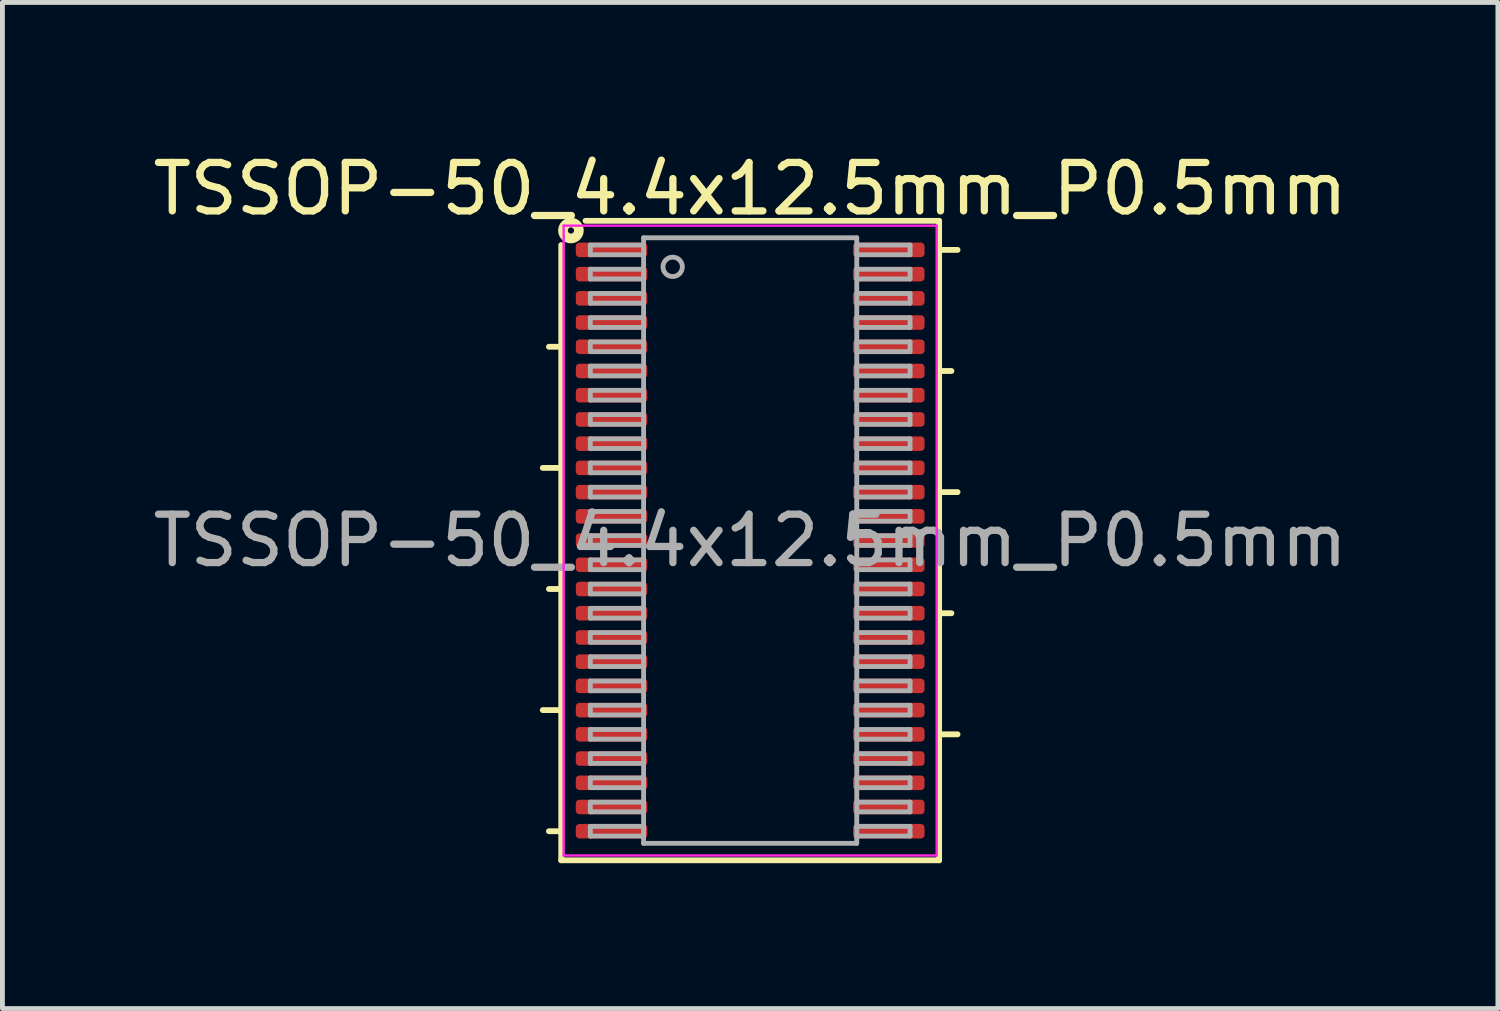
<source format=kicad_pcb>
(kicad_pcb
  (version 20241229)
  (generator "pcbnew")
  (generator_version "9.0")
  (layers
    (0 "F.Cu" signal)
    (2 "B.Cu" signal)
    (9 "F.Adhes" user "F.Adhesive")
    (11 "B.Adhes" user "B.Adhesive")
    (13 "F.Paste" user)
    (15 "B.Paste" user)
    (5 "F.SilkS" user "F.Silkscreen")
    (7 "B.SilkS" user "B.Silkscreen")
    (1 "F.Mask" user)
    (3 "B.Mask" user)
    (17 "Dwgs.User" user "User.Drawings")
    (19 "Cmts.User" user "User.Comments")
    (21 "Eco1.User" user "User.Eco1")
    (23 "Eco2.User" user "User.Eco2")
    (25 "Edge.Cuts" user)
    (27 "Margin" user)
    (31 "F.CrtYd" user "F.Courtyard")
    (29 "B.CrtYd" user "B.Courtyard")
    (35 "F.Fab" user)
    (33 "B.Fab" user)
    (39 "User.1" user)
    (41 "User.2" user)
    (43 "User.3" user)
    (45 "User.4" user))
  (footprint "TSSOP-50_4.4x12.5mm_P0.5mm"
    (layer "F.Cu")
    (at 12.435 8.108)
    (property "Reference" "TSSOP-50_4.4x12.5mm_P0.5mm" (at 0 -7.26 0) (layer "F.SilkS") (effects (font (size 1 1) (thickness 0.15))))
    (attr smd)
    (fp_line (start -3.9 -6.1) (end -3.9 6.6) (stroke (width 0.12) (type solid)) (layer "F.SilkS"))
    (fp_line (start -3.9 -4) (end -4.154 -4) (stroke (width 0.12) (type solid)) (layer "F.SilkS"))
    (fp_line (start -3.9 -1.5) (end -4.281 -1.5) (stroke (width 0.12) (type solid)) (layer "F.SilkS"))
    (fp_line (start -3.9 1) (end -4.154 1) (stroke (width 0.12) (type solid)) (layer "F.SilkS"))
    (fp_line (start -3.9 3.5) (end -4.281 3.5) (stroke (width 0.12) (type solid)) (layer "F.SilkS"))
    (fp_line (start -3.9 6) (end -4.154 6) (stroke (width 0.12) (type solid)) (layer "F.SilkS"))
    (fp_line (start -3.9 6.6) (end 3.9 6.6) (stroke (width 0.12) (type solid)) (layer "F.SilkS"))
    (fp_line (start 3.9 -6.6) (end -3.4 -6.6) (stroke (width 0.12) (type solid)) (layer "F.SilkS"))
    (fp_line (start 3.9 -6) (end 4.281 -6) (stroke (width 0.12) (type solid)) (layer "F.SilkS"))
    (fp_line (start 3.9 -3.5) (end 4.154 -3.5) (stroke (width 0.12) (type solid)) (layer "F.SilkS"))
    (fp_line (start 3.9 -1) (end 4.281 -1) (stroke (width 0.12) (type solid)) (layer "F.SilkS"))
    (fp_line (start 3.9 1.5) (end 4.154 1.5) (stroke (width 0.12) (type solid)) (layer "F.SilkS"))
    (fp_line (start 3.9 4) (end 4.281 4) (stroke (width 0.12) (type solid)) (layer "F.SilkS"))
    (fp_line (start 3.9 6.6) (end 3.9 -6.6) (stroke (width 0.12) (type solid)) (layer "F.SilkS"))
    (fp_circle (center -3.7 -6.4) (end -3.636 -6.4) (stroke (width 0.2) (type solid)) (fill no) (layer "F.SilkS"))
    (fp_line (start -3.85 -6.5) (end -3.85 6.5) (stroke (width 0.05) (type solid)) (layer "F.CrtYd"))
    (fp_line (start -3.85 6.5) (end 3.85 6.5) (stroke (width 0.05) (type solid)) (layer "F.CrtYd"))
    (fp_line (start 3.85 -6.5) (end -3.85 -6.5) (stroke (width 0.05) (type solid)) (layer "F.CrtYd"))
    (fp_line (start 3.85 6.5) (end 3.85 -6.5) (stroke (width 0.05) (type solid)) (layer "F.CrtYd"))
    (fp_line (start -3.3 -6.1) (end -3.3 -5.9) (stroke (width 0.1) (type solid)) (layer "F.Fab"))
    (fp_line (start -3.3 -6.1) (end -2.2 -6.1) (stroke (width 0.1) (type solid)) (layer "F.Fab"))
    (fp_line (start -3.3 -5.9) (end -2.2 -5.9) (stroke (width 0.1) (type solid)) (layer "F.Fab"))
    (fp_line (start -3.3 -5.6) (end -3.3 -5.4) (stroke (width 0.1) (type solid)) (layer "F.Fab"))
    (fp_line (start -3.3 -5.6) (end -2.2 -5.6) (stroke (width 0.1) (type solid)) (layer "F.Fab"))
    (fp_line (start -3.3 -5.4) (end -2.2 -5.4) (stroke (width 0.1) (type solid)) (layer "F.Fab"))
    (fp_line (start -3.3 -5.1) (end -3.3 -4.9) (stroke (width 0.1) (type solid)) (layer "F.Fab"))
    (fp_line (start -3.3 -5.1) (end -2.2 -5.1) (stroke (width 0.1) (type solid)) (layer "F.Fab"))
    (fp_line (start -3.3 -4.9) (end -2.2 -4.9) (stroke (width 0.1) (type solid)) (layer "F.Fab"))
    (fp_line (start -3.3 -4.6) (end -3.3 -4.4) (stroke (width 0.1) (type solid)) (layer "F.Fab"))
    (fp_line (start -3.3 -4.6) (end -2.2 -4.6) (stroke (width 0.1) (type solid)) (layer "F.Fab"))
    (fp_line (start -3.3 -4.4) (end -2.2 -4.4) (stroke (width 0.1) (type solid)) (layer "F.Fab"))
    (fp_line (start -3.3 -4.1) (end -3.3 -3.9) (stroke (width 0.1) (type solid)) (layer "F.Fab"))
    (fp_line (start -3.3 -4.1) (end -2.2 -4.1) (stroke (width 0.1) (type solid)) (layer "F.Fab"))
    (fp_line (start -3.3 -3.9) (end -2.2 -3.9) (stroke (width 0.1) (type solid)) (layer "F.Fab"))
    (fp_line (start -3.3 -3.6) (end -3.3 -3.4) (stroke (width 0.1) (type solid)) (layer "F.Fab"))
    (fp_line (start -3.3 -3.6) (end -2.2 -3.6) (stroke (width 0.1) (type solid)) (layer "F.Fab"))
    (fp_line (start -3.3 -3.4) (end -2.2 -3.4) (stroke (width 0.1) (type solid)) (layer "F.Fab"))
    (fp_line (start -3.3 -3.1) (end -3.3 -2.9) (stroke (width 0.1) (type solid)) (layer "F.Fab"))
    (fp_line (start -3.3 -3.1) (end -2.2 -3.1) (stroke (width 0.1) (type solid)) (layer "F.Fab"))
    (fp_line (start -3.3 -2.9) (end -2.2 -2.9) (stroke (width 0.1) (type solid)) (layer "F.Fab"))
    (fp_line (start -3.3 -2.6) (end -3.3 -2.4) (stroke (width 0.1) (type solid)) (layer "F.Fab"))
    (fp_line (start -3.3 -2.6) (end -2.2 -2.6) (stroke (width 0.1) (type solid)) (layer "F.Fab"))
    (fp_line (start -3.3 -2.4) (end -2.2 -2.4) (stroke (width 0.1) (type solid)) (layer "F.Fab"))
    (fp_line (start -3.3 -2.1) (end -3.3 -1.9) (stroke (width 0.1) (type solid)) (layer "F.Fab"))
    (fp_line (start -3.3 -2.1) (end -2.2 -2.1) (stroke (width 0.1) (type solid)) (layer "F.Fab"))
    (fp_line (start -3.3 -1.9) (end -2.2 -1.9) (stroke (width 0.1) (type solid)) (layer "F.Fab"))
    (fp_line (start -3.3 -1.6) (end -3.3 -1.4) (stroke (width 0.1) (type solid)) (layer "F.Fab"))
    (fp_line (start -3.3 -1.6) (end -2.2 -1.6) (stroke (width 0.1) (type solid)) (layer "F.Fab"))
    (fp_line (start -3.3 -1.4) (end -2.2 -1.4) (stroke (width 0.1) (type solid)) (layer "F.Fab"))
    (fp_line (start -3.3 -1.1) (end -3.3 -0.9) (stroke (width 0.1) (type solid)) (layer "F.Fab"))
    (fp_line (start -3.3 -1.1) (end -2.2 -1.1) (stroke (width 0.1) (type solid)) (layer "F.Fab"))
    (fp_line (start -3.3 -0.9) (end -2.2 -0.9) (stroke (width 0.1) (type solid)) (layer "F.Fab"))
    (fp_line (start -3.3 -0.6) (end -3.3 -0.4) (stroke (width 0.1) (type solid)) (layer "F.Fab"))
    (fp_line (start -3.3 -0.6) (end -2.2 -0.6) (stroke (width 0.1) (type solid)) (layer "F.Fab"))
    (fp_line (start -3.3 -0.4) (end -2.2 -0.4) (stroke (width 0.1) (type solid)) (layer "F.Fab"))
    (fp_line (start -3.3 -0.1) (end -3.3 0.1) (stroke (width 0.1) (type solid)) (layer "F.Fab"))
    (fp_line (start -3.3 -0.1) (end -2.2 -0.1) (stroke (width 0.1) (type solid)) (layer "F.Fab"))
    (fp_line (start -3.3 0.1) (end -2.2 0.1) (stroke (width 0.1) (type solid)) (layer "F.Fab"))
    (fp_line (start -3.3 0.4) (end -3.3 0.6) (stroke (width 0.1) (type solid)) (layer "F.Fab"))
    (fp_line (start -3.3 0.4) (end -2.2 0.4) (stroke (width 0.1) (type solid)) (layer "F.Fab"))
    (fp_line (start -3.3 0.6) (end -2.2 0.6) (stroke (width 0.1) (type solid)) (layer "F.Fab"))
    (fp_line (start -3.3 0.9) (end -3.3 1.1) (stroke (width 0.1) (type solid)) (layer "F.Fab"))
    (fp_line (start -3.3 0.9) (end -2.2 0.9) (stroke (width 0.1) (type solid)) (layer "F.Fab"))
    (fp_line (start -3.3 1.1) (end -2.2 1.1) (stroke (width 0.1) (type solid)) (layer "F.Fab"))
    (fp_line (start -3.3 1.4) (end -3.3 1.6) (stroke (width 0.1) (type solid)) (layer "F.Fab"))
    (fp_line (start -3.3 1.4) (end -2.2 1.4) (stroke (width 0.1) (type solid)) (layer "F.Fab"))
    (fp_line (start -3.3 1.6) (end -2.2 1.6) (stroke (width 0.1) (type solid)) (layer "F.Fab"))
    (fp_line (start -3.3 1.9) (end -3.3 2.1) (stroke (width 0.1) (type solid)) (layer "F.Fab"))
    (fp_line (start -3.3 1.9) (end -2.2 1.9) (stroke (width 0.1) (type solid)) (layer "F.Fab"))
    (fp_line (start -3.3 2.1) (end -2.2 2.1) (stroke (width 0.1) (type solid)) (layer "F.Fab"))
    (fp_line (start -3.3 2.4) (end -3.3 2.6) (stroke (width 0.1) (type solid)) (layer "F.Fab"))
    (fp_line (start -3.3 2.4) (end -2.2 2.4) (stroke (width 0.1) (type solid)) (layer "F.Fab"))
    (fp_line (start -3.3 2.6) (end -2.2 2.6) (stroke (width 0.1) (type solid)) (layer "F.Fab"))
    (fp_line (start -3.3 2.9) (end -3.3 3.1) (stroke (width 0.1) (type solid)) (layer "F.Fab"))
    (fp_line (start -3.3 2.9) (end -2.2 2.9) (stroke (width 0.1) (type solid)) (layer "F.Fab"))
    (fp_line (start -3.3 3.1) (end -2.2 3.1) (stroke (width 0.1) (type solid)) (layer "F.Fab"))
    (fp_line (start -3.3 3.4) (end -3.3 3.6) (stroke (width 0.1) (type solid)) (layer "F.Fab"))
    (fp_line (start -3.3 3.4) (end -2.2 3.4) (stroke (width 0.1) (type solid)) (layer "F.Fab"))
    (fp_line (start -3.3 3.6) (end -2.2 3.6) (stroke (width 0.1) (type solid)) (layer "F.Fab"))
    (fp_line (start -3.3 3.9) (end -3.3 4.1) (stroke (width 0.1) (type solid)) (layer "F.Fab"))
    (fp_line (start -3.3 3.9) (end -2.2 3.9) (stroke (width 0.1) (type solid)) (layer "F.Fab"))
    (fp_line (start -3.3 4.1) (end -2.2 4.1) (stroke (width 0.1) (type solid)) (layer "F.Fab"))
    (fp_line (start -3.3 4.4) (end -3.3 4.6) (stroke (width 0.1) (type solid)) (layer "F.Fab"))
    (fp_line (start -3.3 4.4) (end -2.2 4.4) (stroke (width 0.1) (type solid)) (layer "F.Fab"))
    (fp_line (start -3.3 4.6) (end -2.2 4.6) (stroke (width 0.1) (type solid)) (layer "F.Fab"))
    (fp_line (start -3.3 4.9) (end -3.3 5.1) (stroke (width 0.1) (type solid)) (layer "F.Fab"))
    (fp_line (start -3.3 4.9) (end -2.2 4.9) (stroke (width 0.1) (type solid)) (layer "F.Fab"))
    (fp_line (start -3.3 5.1) (end -2.2 5.1) (stroke (width 0.1) (type solid)) (layer "F.Fab"))
    (fp_line (start -3.3 5.4) (end -3.3 5.6) (stroke (width 0.1) (type solid)) (layer "F.Fab"))
    (fp_line (start -3.3 5.4) (end -2.2 5.4) (stroke (width 0.1) (type solid)) (layer "F.Fab"))
    (fp_line (start -3.3 5.6) (end -2.2 5.6) (stroke (width 0.1) (type solid)) (layer "F.Fab"))
    (fp_line (start -3.3 5.9) (end -3.3 6.1) (stroke (width 0.1) (type solid)) (layer "F.Fab"))
    (fp_line (start -3.3 5.9) (end -2.2 5.9) (stroke (width 0.1) (type solid)) (layer "F.Fab"))
    (fp_line (start -3.3 6.1) (end -2.2 6.1) (stroke (width 0.1) (type solid)) (layer "F.Fab"))
    (fp_line (start -2.2 -6.25) (end 2.2 -6.25) (stroke (width 0.1) (type solid)) (layer "F.Fab"))
    (fp_line (start -2.2 6.25) (end -2.2 -6.25) (stroke (width 0.1) (type solid)) (layer "F.Fab"))
    (fp_line (start 2.2 -6.25) (end 2.2 6.25) (stroke (width 0.1) (type solid)) (layer "F.Fab"))
    (fp_line (start 2.2 6.25) (end -2.2 6.25) (stroke (width 0.1) (type solid)) (layer "F.Fab"))
    (fp_line (start 3.3 -6.1) (end 2.2 -6.1) (stroke (width 0.1) (type solid)) (layer "F.Fab"))
    (fp_line (start 3.3 -5.9) (end 2.2 -5.9) (stroke (width 0.1) (type solid)) (layer "F.Fab"))
    (fp_line (start 3.3 -5.9) (end 3.3 -6.1) (stroke (width 0.1) (type solid)) (layer "F.Fab"))
    (fp_line (start 3.3 -5.6) (end 2.2 -5.6) (stroke (width 0.1) (type solid)) (layer "F.Fab"))
    (fp_line (start 3.3 -5.4) (end 2.2 -5.4) (stroke (width 0.1) (type solid)) (layer "F.Fab"))
    (fp_line (start 3.3 -5.4) (end 3.3 -5.6) (stroke (width 0.1) (type solid)) (layer "F.Fab"))
    (fp_line (start 3.3 -5.1) (end 2.2 -5.1) (stroke (width 0.1) (type solid)) (layer "F.Fab"))
    (fp_line (start 3.3 -4.9) (end 2.2 -4.9) (stroke (width 0.1) (type solid)) (layer "F.Fab"))
    (fp_line (start 3.3 -4.9) (end 3.3 -5.1) (stroke (width 0.1) (type solid)) (layer "F.Fab"))
    (fp_line (start 3.3 -4.6) (end 2.2 -4.6) (stroke (width 0.1) (type solid)) (layer "F.Fab"))
    (fp_line (start 3.3 -4.4) (end 2.2 -4.4) (stroke (width 0.1) (type solid)) (layer "F.Fab"))
    (fp_line (start 3.3 -4.4) (end 3.3 -4.6) (stroke (width 0.1) (type solid)) (layer "F.Fab"))
    (fp_line (start 3.3 -4.1) (end 2.2 -4.1) (stroke (width 0.1) (type solid)) (layer "F.Fab"))
    (fp_line (start 3.3 -3.9) (end 2.2 -3.9) (stroke (width 0.1) (type solid)) (layer "F.Fab"))
    (fp_line (start 3.3 -3.9) (end 3.3 -4.1) (stroke (width 0.1) (type solid)) (layer "F.Fab"))
    (fp_line (start 3.3 -3.6) (end 2.2 -3.6) (stroke (width 0.1) (type solid)) (layer "F.Fab"))
    (fp_line (start 3.3 -3.4) (end 2.2 -3.4) (stroke (width 0.1) (type solid)) (layer "F.Fab"))
    (fp_line (start 3.3 -3.4) (end 3.3 -3.6) (stroke (width 0.1) (type solid)) (layer "F.Fab"))
    (fp_line (start 3.3 -3.1) (end 2.2 -3.1) (stroke (width 0.1) (type solid)) (layer "F.Fab"))
    (fp_line (start 3.3 -2.9) (end 2.2 -2.9) (stroke (width 0.1) (type solid)) (layer "F.Fab"))
    (fp_line (start 3.3 -2.9) (end 3.3 -3.1) (stroke (width 0.1) (type solid)) (layer "F.Fab"))
    (fp_line (start 3.3 -2.6) (end 2.2 -2.6) (stroke (width 0.1) (type solid)) (layer "F.Fab"))
    (fp_line (start 3.3 -2.4) (end 2.2 -2.4) (stroke (width 0.1) (type solid)) (layer "F.Fab"))
    (fp_line (start 3.3 -2.4) (end 3.3 -2.6) (stroke (width 0.1) (type solid)) (layer "F.Fab"))
    (fp_line (start 3.3 -2.1) (end 2.2 -2.1) (stroke (width 0.1) (type solid)) (layer "F.Fab"))
    (fp_line (start 3.3 -1.9) (end 2.2 -1.9) (stroke (width 0.1) (type solid)) (layer "F.Fab"))
    (fp_line (start 3.3 -1.9) (end 3.3 -2.1) (stroke (width 0.1) (type solid)) (layer "F.Fab"))
    (fp_line (start 3.3 -1.6) (end 2.2 -1.6) (stroke (width 0.1) (type solid)) (layer "F.Fab"))
    (fp_line (start 3.3 -1.4) (end 2.2 -1.4) (stroke (width 0.1) (type solid)) (layer "F.Fab"))
    (fp_line (start 3.3 -1.4) (end 3.3 -1.6) (stroke (width 0.1) (type solid)) (layer "F.Fab"))
    (fp_line (start 3.3 -1.1) (end 2.2 -1.1) (stroke (width 0.1) (type solid)) (layer "F.Fab"))
    (fp_line (start 3.3 -0.9) (end 2.2 -0.9) (stroke (width 0.1) (type solid)) (layer "F.Fab"))
    (fp_line (start 3.3 -0.9) (end 3.3 -1.1) (stroke (width 0.1) (type solid)) (layer "F.Fab"))
    (fp_line (start 3.3 -0.6) (end 2.2 -0.6) (stroke (width 0.1) (type solid)) (layer "F.Fab"))
    (fp_line (start 3.3 -0.4) (end 2.2 -0.4) (stroke (width 0.1) (type solid)) (layer "F.Fab"))
    (fp_line (start 3.3 -0.4) (end 3.3 -0.6) (stroke (width 0.1) (type solid)) (layer "F.Fab"))
    (fp_line (start 3.3 -0.1) (end 2.2 -0.1) (stroke (width 0.1) (type solid)) (layer "F.Fab"))
    (fp_line (start 3.3 0.1) (end 2.2 0.1) (stroke (width 0.1) (type solid)) (layer "F.Fab"))
    (fp_line (start 3.3 0.1) (end 3.3 -0.1) (stroke (width 0.1) (type solid)) (layer "F.Fab"))
    (fp_line (start 3.3 0.4) (end 2.2 0.4) (stroke (width 0.1) (type solid)) (layer "F.Fab"))
    (fp_line (start 3.3 0.6) (end 2.2 0.6) (stroke (width 0.1) (type solid)) (layer "F.Fab"))
    (fp_line (start 3.3 0.6) (end 3.3 0.4) (stroke (width 0.1) (type solid)) (layer "F.Fab"))
    (fp_line (start 3.3 0.9) (end 2.2 0.9) (stroke (width 0.1) (type solid)) (layer "F.Fab"))
    (fp_line (start 3.3 1.1) (end 2.2 1.1) (stroke (width 0.1) (type solid)) (layer "F.Fab"))
    (fp_line (start 3.3 1.1) (end 3.3 0.9) (stroke (width 0.1) (type solid)) (layer "F.Fab"))
    (fp_line (start 3.3 1.4) (end 2.2 1.4) (stroke (width 0.1) (type solid)) (layer "F.Fab"))
    (fp_line (start 3.3 1.6) (end 2.2 1.6) (stroke (width 0.1) (type solid)) (layer "F.Fab"))
    (fp_line (start 3.3 1.6) (end 3.3 1.4) (stroke (width 0.1) (type solid)) (layer "F.Fab"))
    (fp_line (start 3.3 1.9) (end 2.2 1.9) (stroke (width 0.1) (type solid)) (layer "F.Fab"))
    (fp_line (start 3.3 2.1) (end 2.2 2.1) (stroke (width 0.1) (type solid)) (layer "F.Fab"))
    (fp_line (start 3.3 2.1) (end 3.3 1.9) (stroke (width 0.1) (type solid)) (layer "F.Fab"))
    (fp_line (start 3.3 2.4) (end 2.2 2.4) (stroke (width 0.1) (type solid)) (layer "F.Fab"))
    (fp_line (start 3.3 2.6) (end 2.2 2.6) (stroke (width 0.1) (type solid)) (layer "F.Fab"))
    (fp_line (start 3.3 2.6) (end 3.3 2.4) (stroke (width 0.1) (type solid)) (layer "F.Fab"))
    (fp_line (start 3.3 2.9) (end 2.2 2.9) (stroke (width 0.1) (type solid)) (layer "F.Fab"))
    (fp_line (start 3.3 3.1) (end 2.2 3.1) (stroke (width 0.1) (type solid)) (layer "F.Fab"))
    (fp_line (start 3.3 3.1) (end 3.3 2.9) (stroke (width 0.1) (type solid)) (layer "F.Fab"))
    (fp_line (start 3.3 3.4) (end 2.2 3.4) (stroke (width 0.1) (type solid)) (layer "F.Fab"))
    (fp_line (start 3.3 3.6) (end 2.2 3.6) (stroke (width 0.1) (type solid)) (layer "F.Fab"))
    (fp_line (start 3.3 3.6) (end 3.3 3.4) (stroke (width 0.1) (type solid)) (layer "F.Fab"))
    (fp_line (start 3.3 3.9) (end 2.2 3.9) (stroke (width 0.1) (type solid)) (layer "F.Fab"))
    (fp_line (start 3.3 4.1) (end 2.2 4.1) (stroke (width 0.1) (type solid)) (layer "F.Fab"))
    (fp_line (start 3.3 4.1) (end 3.3 3.9) (stroke (width 0.1) (type solid)) (layer "F.Fab"))
    (fp_line (start 3.3 4.4) (end 2.2 4.4) (stroke (width 0.1) (type solid)) (layer "F.Fab"))
    (fp_line (start 3.3 4.6) (end 2.2 4.6) (stroke (width 0.1) (type solid)) (layer "F.Fab"))
    (fp_line (start 3.3 4.6) (end 3.3 4.4) (stroke (width 0.1) (type solid)) (layer "F.Fab"))
    (fp_line (start 3.3 4.9) (end 2.2 4.9) (stroke (width 0.1) (type solid)) (layer "F.Fab"))
    (fp_line (start 3.3 5.1) (end 2.2 5.1) (stroke (width 0.1) (type solid)) (layer "F.Fab"))
    (fp_line (start 3.3 5.1) (end 3.3 4.9) (stroke (width 0.1) (type solid)) (layer "F.Fab"))
    (fp_line (start 3.3 5.4) (end 2.2 5.4) (stroke (width 0.1) (type solid)) (layer "F.Fab"))
    (fp_line (start 3.3 5.6) (end 2.2 5.6) (stroke (width 0.1) (type solid)) (layer "F.Fab"))
    (fp_line (start 3.3 5.6) (end 3.3 5.4) (stroke (width 0.1) (type solid)) (layer "F.Fab"))
    (fp_line (start 3.3 5.9) (end 2.2 5.9) (stroke (width 0.1) (type solid)) (layer "F.Fab"))
    (fp_line (start 3.3 6.1) (end 2.2 6.1) (stroke (width 0.1) (type solid)) (layer "F.Fab"))
    (fp_line (start 3.3 6.1) (end 3.3 5.9) (stroke (width 0.1) (type solid)) (layer "F.Fab"))
    (fp_circle (center -1.6 -5.65) (end -1.4 -5.65) (stroke (width 0.1) (type solid)) (fill no) (layer "F.Fab"))
    (fp_text user "${REFERENCE}" (at 0 0 0) (layer "F.Fab") (effects (font (size 1 1) (thickness 0.15))))
    (pad "1" smd roundrect (at -2.862 -6) (size 1.475 0.3) (layers "F.Cu" "F.Mask" "F.Paste") (roundrect_rratio 0.25))
    (pad "2" smd roundrect (at -2.862 -5.5) (size 1.475 0.3) (layers "F.Cu" "F.Mask" "F.Paste") (roundrect_rratio 0.25))
    (pad "3" smd roundrect (at -2.862 -5) (size 1.475 0.3) (layers "F.Cu" "F.Mask" "F.Paste") (roundrect_rratio 0.25))
    (pad "4" smd roundrect (at -2.862 -4.5) (size 1.475 0.3) (layers "F.Cu" "F.Mask" "F.Paste") (roundrect_rratio 0.25))
    (pad "5" smd roundrect (at -2.862 -4) (size 1.475 0.3) (layers "F.Cu" "F.Mask" "F.Paste") (roundrect_rratio 0.25))
    (pad "6" smd roundrect (at -2.862 -3.5) (size 1.475 0.3) (layers "F.Cu" "F.Mask" "F.Paste") (roundrect_rratio 0.25))
    (pad "7" smd roundrect (at -2.862 -3) (size 1.475 0.3) (layers "F.Cu" "F.Mask" "F.Paste") (roundrect_rratio 0.25))
    (pad "8" smd roundrect (at -2.862 -2.5) (size 1.475 0.3) (layers "F.Cu" "F.Mask" "F.Paste") (roundrect_rratio 0.25))
    (pad "9" smd roundrect (at -2.862 -2) (size 1.475 0.3) (layers "F.Cu" "F.Mask" "F.Paste") (roundrect_rratio 0.25))
    (pad "10" smd roundrect (at -2.862 -1.5) (size 1.475 0.3) (layers "F.Cu" "F.Mask" "F.Paste") (roundrect_rratio 0.25))
    (pad "11" smd roundrect (at -2.862 -1) (size 1.475 0.3) (layers "F.Cu" "F.Mask" "F.Paste") (roundrect_rratio 0.25))
    (pad "12" smd roundrect (at -2.862 -0.5) (size 1.475 0.3) (layers "F.Cu" "F.Mask" "F.Paste") (roundrect_rratio 0.25))
    (pad "13" smd roundrect (at -2.862 0) (size 1.475 0.3) (layers "F.Cu" "F.Mask" "F.Paste") (roundrect_rratio 0.25))
    (pad "14" smd roundrect (at -2.862 0.5) (size 1.475 0.3) (layers "F.Cu" "F.Mask" "F.Paste") (roundrect_rratio 0.25))
    (pad "15" smd roundrect (at -2.862 1) (size 1.475 0.3) (layers "F.Cu" "F.Mask" "F.Paste") (roundrect_rratio 0.25))
    (pad "16" smd roundrect (at -2.862 1.5) (size 1.475 0.3) (layers "F.Cu" "F.Mask" "F.Paste") (roundrect_rratio 0.25))
    (pad "17" smd roundrect (at -2.862 2) (size 1.475 0.3) (layers "F.Cu" "F.Mask" "F.Paste") (roundrect_rratio 0.25))
    (pad "18" smd roundrect (at -2.862 2.5) (size 1.475 0.3) (layers "F.Cu" "F.Mask" "F.Paste") (roundrect_rratio 0.25))
    (pad "19" smd roundrect (at -2.862 3) (size 1.475 0.3) (layers "F.Cu" "F.Mask" "F.Paste") (roundrect_rratio 0.25))
    (pad "20" smd roundrect (at -2.862 3.5) (size 1.475 0.3) (layers "F.Cu" "F.Mask" "F.Paste") (roundrect_rratio 0.25))
    (pad "21" smd roundrect (at -2.862 4) (size 1.475 0.3) (layers "F.Cu" "F.Mask" "F.Paste") (roundrect_rratio 0.25))
    (pad "22" smd roundrect (at -2.862 4.5) (size 1.475 0.3) (layers "F.Cu" "F.Mask" "F.Paste") (roundrect_rratio 0.25))
    (pad "23" smd roundrect (at -2.862 5) (size 1.475 0.3) (layers "F.Cu" "F.Mask" "F.Paste") (roundrect_rratio 0.25))
    (pad "24" smd roundrect (at -2.862 5.5) (size 1.475 0.3) (layers "F.Cu" "F.Mask" "F.Paste") (roundrect_rratio 0.25))
    (pad "25" smd roundrect (at -2.862 6) (size 1.475 0.3) (layers "F.Cu" "F.Mask" "F.Paste") (roundrect_rratio 0.25))
    (pad "26" smd roundrect (at 2.862 6) (size 1.475 0.3) (layers "F.Cu" "F.Mask" "F.Paste") (roundrect_rratio 0.25))
    (pad "27" smd roundrect (at 2.862 5.5) (size 1.475 0.3) (layers "F.Cu" "F.Mask" "F.Paste") (roundrect_rratio 0.25))
    (pad "28" smd roundrect (at 2.862 5) (size 1.475 0.3) (layers "F.Cu" "F.Mask" "F.Paste") (roundrect_rratio 0.25))
    (pad "29" smd roundrect (at 2.862 4.5) (size 1.475 0.3) (layers "F.Cu" "F.Mask" "F.Paste") (roundrect_rratio 0.25))
    (pad "30" smd roundrect (at 2.862 4) (size 1.475 0.3) (layers "F.Cu" "F.Mask" "F.Paste") (roundrect_rratio 0.25))
    (pad "31" smd roundrect (at 2.862 3.5) (size 1.475 0.3) (layers "F.Cu" "F.Mask" "F.Paste") (roundrect_rratio 0.25))
    (pad "32" smd roundrect (at 2.862 3) (size 1.475 0.3) (layers "F.Cu" "F.Mask" "F.Paste") (roundrect_rratio 0.25))
    (pad "33" smd roundrect (at 2.862 2.5) (size 1.475 0.3) (layers "F.Cu" "F.Mask" "F.Paste") (roundrect_rratio 0.25))
    (pad "34" smd roundrect (at 2.862 2) (size 1.475 0.3) (layers "F.Cu" "F.Mask" "F.Paste") (roundrect_rratio 0.25))
    (pad "35" smd roundrect (at 2.862 1.5) (size 1.475 0.3) (layers "F.Cu" "F.Mask" "F.Paste") (roundrect_rratio 0.25))
    (pad "36" smd roundrect (at 2.862 1) (size 1.475 0.3) (layers "F.Cu" "F.Mask" "F.Paste") (roundrect_rratio 0.25))
    (pad "37" smd roundrect (at 2.862 0.5) (size 1.475 0.3) (layers "F.Cu" "F.Mask" "F.Paste") (roundrect_rratio 0.25))
    (pad "38" smd roundrect (at 2.862 0) (size 1.475 0.3) (layers "F.Cu" "F.Mask" "F.Paste") (roundrect_rratio 0.25))
    (pad "39" smd roundrect (at 2.862 -0.5) (size 1.475 0.3) (layers "F.Cu" "F.Mask" "F.Paste") (roundrect_rratio 0.25))
    (pad "40" smd roundrect (at 2.862 -1) (size 1.475 0.3) (layers "F.Cu" "F.Mask" "F.Paste") (roundrect_rratio 0.25))
    (pad "41" smd roundrect (at 2.862 -1.5) (size 1.475 0.3) (layers "F.Cu" "F.Mask" "F.Paste") (roundrect_rratio 0.25))
    (pad "42" smd roundrect (at 2.862 -2) (size 1.475 0.3) (layers "F.Cu" "F.Mask" "F.Paste") (roundrect_rratio 0.25))
    (pad "43" smd roundrect (at 2.862 -2.5) (size 1.475 0.3) (layers "F.Cu" "F.Mask" "F.Paste") (roundrect_rratio 0.25))
    (pad "44" smd roundrect (at 2.862 -3) (size 1.475 0.3) (layers "F.Cu" "F.Mask" "F.Paste") (roundrect_rratio 0.25))
    (pad "45" smd roundrect (at 2.862 -3.5) (size 1.475 0.3) (layers "F.Cu" "F.Mask" "F.Paste") (roundrect_rratio 0.25))
    (pad "46" smd roundrect (at 2.862 -4) (size 1.475 0.3) (layers "F.Cu" "F.Mask" "F.Paste") (roundrect_rratio 0.25))
    (pad "47" smd roundrect (at 2.862 -4.5) (size 1.475 0.3) (layers "F.Cu" "F.Mask" "F.Paste") (roundrect_rratio 0.25))
    (pad "48" smd roundrect (at 2.862 -5) (size 1.475 0.3) (layers "F.Cu" "F.Mask" "F.Paste") (roundrect_rratio 0.25))
    (pad "49" smd roundrect (at 2.862 -5.5) (size 1.475 0.3) (layers "F.Cu" "F.Mask" "F.Paste") (roundrect_rratio 0.25))
    (pad "50" smd roundrect (at 2.862 -6) (size 1.475 0.3) (layers "F.Cu" "F.Mask" "F.Paste") (roundrect_rratio 0.25)))
  (gr_rect
    (start -3 -3)
    (end 27.869 17.768)
    (stroke (width 0.1) (type default))
    (fill no)
    (layer "Edge.Cuts")))
</source>
